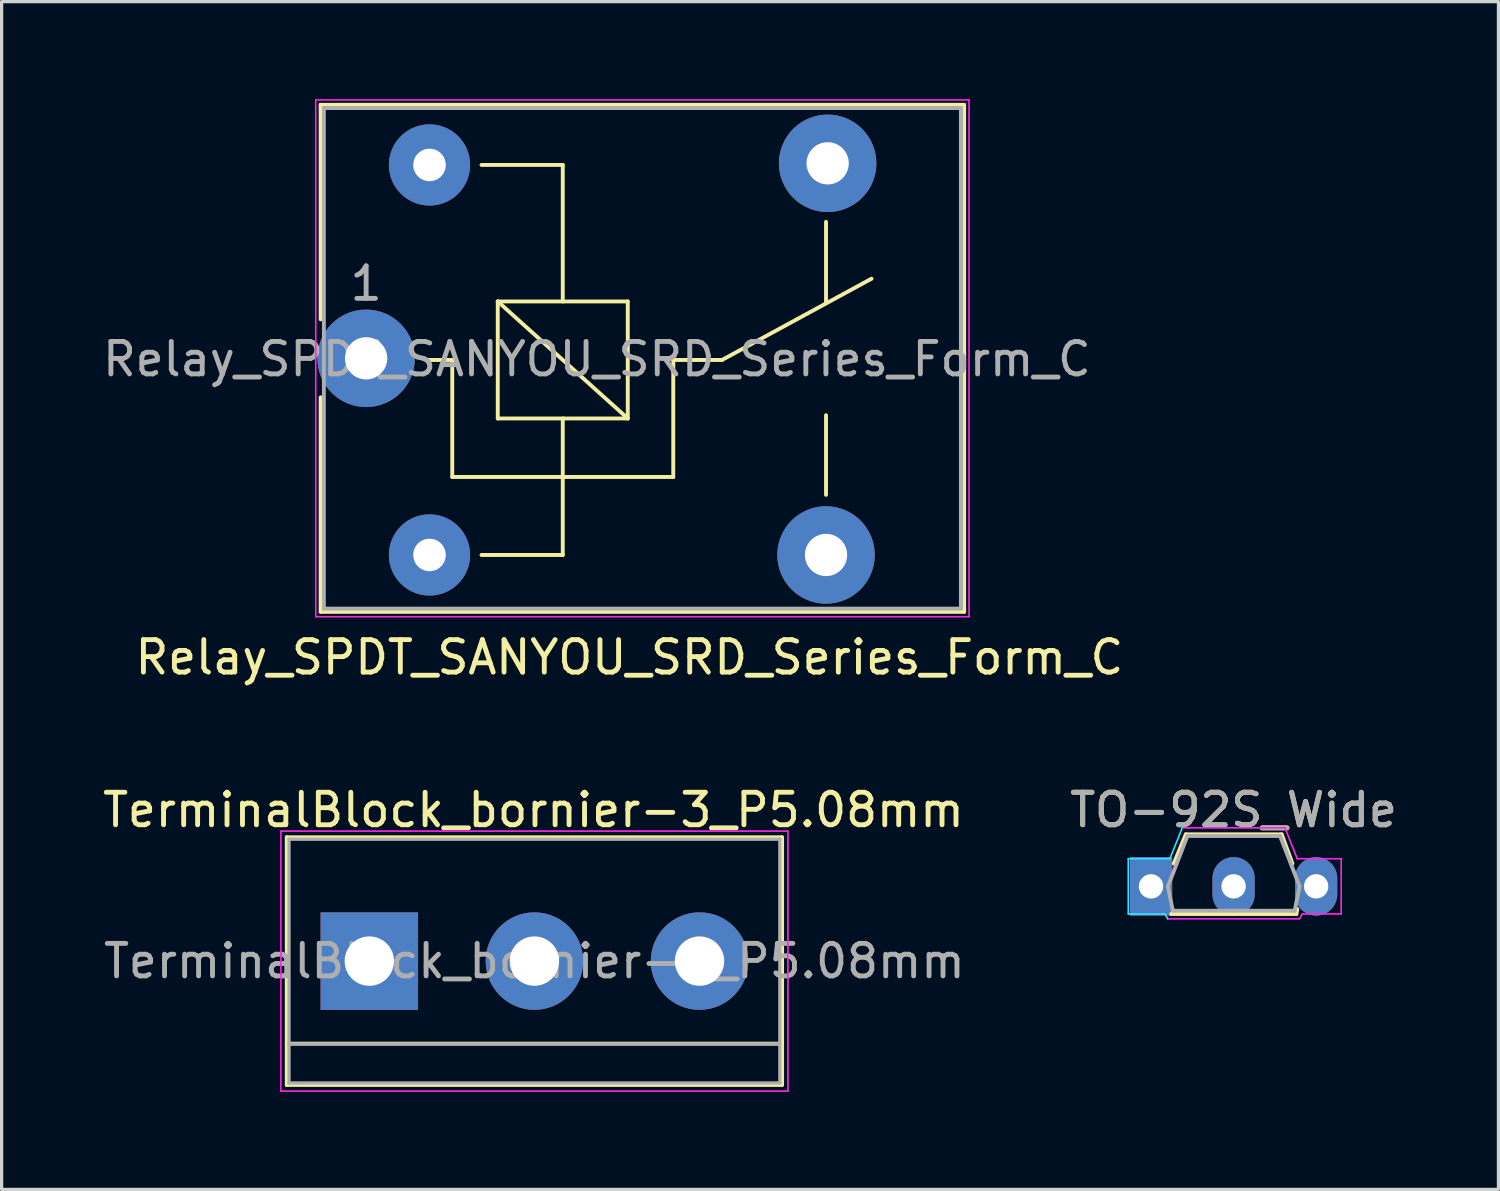
<source format=kicad_pcb>
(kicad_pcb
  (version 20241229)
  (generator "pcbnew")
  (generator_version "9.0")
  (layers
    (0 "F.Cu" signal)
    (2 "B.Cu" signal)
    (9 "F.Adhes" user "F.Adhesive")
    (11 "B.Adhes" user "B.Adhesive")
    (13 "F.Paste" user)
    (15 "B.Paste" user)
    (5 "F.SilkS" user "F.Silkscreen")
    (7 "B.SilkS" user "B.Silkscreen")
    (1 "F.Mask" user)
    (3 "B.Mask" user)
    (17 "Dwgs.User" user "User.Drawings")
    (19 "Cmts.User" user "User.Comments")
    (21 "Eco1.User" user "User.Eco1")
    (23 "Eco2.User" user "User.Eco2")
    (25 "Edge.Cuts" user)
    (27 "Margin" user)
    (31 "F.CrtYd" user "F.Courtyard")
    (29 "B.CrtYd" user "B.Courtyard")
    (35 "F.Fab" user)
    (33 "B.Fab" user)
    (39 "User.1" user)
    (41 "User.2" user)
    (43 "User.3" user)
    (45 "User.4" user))
  (footprint "TerminalBlock_bornier-3_P5.08mm"
    (layer "F.Cu")
    (at 8.313 26.521)
    (property "Reference" "TerminalBlock_bornier-3_P5.08mm" (at 5.05 -4.65 0) (layer "F.SilkS") (effects (font (size 1 1) (thickness 0.15))))
    (attr through_hole)
    (fp_line (start -2.54 -3.81) (end 12.7 -3.81) (stroke (width 0.12) (type solid)) (layer "F.SilkS"))
    (fp_line (start -2.54 2.54) (end 12.7 2.54) (stroke (width 0.12) (type solid)) (layer "F.SilkS"))
    (fp_line (start -2.54 3.81) (end -2.54 -3.81) (stroke (width 0.12) (type solid)) (layer "F.SilkS"))
    (fp_line (start -2.54 3.81) (end 12.7 3.81) (stroke (width 0.12) (type solid)) (layer "F.SilkS"))
    (fp_line (start 12.7 3.81) (end 12.7 -3.81) (stroke (width 0.12) (type solid)) (layer "F.SilkS"))
    (fp_line (start -2.72 -4) (end -2.72 4) (stroke (width 0.05) (type solid)) (layer "F.CrtYd"))
    (fp_line (start -2.72 -4) (end 12.88 -4) (stroke (width 0.05) (type solid)) (layer "F.CrtYd"))
    (fp_line (start 12.88 4) (end -2.72 4) (stroke (width 0.05) (type solid)) (layer "F.CrtYd"))
    (fp_line (start 12.88 4) (end 12.88 -4) (stroke (width 0.05) (type solid)) (layer "F.CrtYd"))
    (fp_line (start -2.47 -3.75) (end 12.63 -3.75) (stroke (width 0.1) (type solid)) (layer "F.Fab"))
    (fp_line (start -2.47 2.55) (end 12.63 2.55) (stroke (width 0.1) (type solid)) (layer "F.Fab"))
    (fp_line (start -2.47 3.75) (end -2.47 -3.75) (stroke (width 0.1) (type solid)) (layer "F.Fab"))
    (fp_line (start 12.63 -3.75) (end 12.63 3.75) (stroke (width 0.1) (type solid)) (layer "F.Fab"))
    (fp_line (start 12.63 3.75) (end -2.47 3.75) (stroke (width 0.1) (type solid)) (layer "F.Fab"))
    (fp_text user "${REFERENCE}" (at 5.08 0 0) (layer "F.Fab") (effects (font (size 1 1) (thickness 0.15))))
    (pad "1" thru_hole rect (at 0 0) (size 3 3) (drill 1.52) (layers "*.Cu" "*.Mask"))
    (pad "2" thru_hole circle (at 5.08 0) (size 3 3) (drill 1.52) (layers "*.Cu" "*.Mask"))
    (pad "3" thru_hole circle (at 10.16 0) (size 3 3) (drill 1.52) (layers "*.Cu" "*.Mask")))
  (footprint "TO-92S_Wide"
    (layer "F.Cu")
    (at 32.365 24.221)
    (property "Reference" "TO-92S_Wide" (at 2.54 -2.35 0) (layer "F.SilkS") (effects (font (size 1 1) (thickness 0.15))))
    (attr through_hole)
    (fp_line (start 0.62 0.85) (end 4.47 0.85) (stroke (width 0.12) (type solid)) (layer "F.SilkS"))
    (fp_line (start 1.07 -1.6) (end 0.7 -0.7) (stroke (width 0.12) (type solid)) (layer "F.SilkS"))
    (fp_line (start 4.02 -1.6) (end 1.07 -1.6) (stroke (width 0.12) (type solid)) (layer "F.SilkS"))
    (fp_line (start 4.35 -0.7) (end 4.02 -1.6) (stroke (width 0.12) (type solid)) (layer "F.SilkS"))
    (fp_line (start 4.47 0.85) (end 4.5 0.7) (stroke (width 0.12) (type solid)) (layer "F.SilkS"))
    (fp_line (start -0.7 -0.85) (end -0.7 0.85) (stroke (width 0.05) (type solid)) (layer "B.CrtYd"))
    (fp_line (start -0.7 0.85) (end 0.43 0.85) (stroke (width 0.05) (type solid)) (layer "B.CrtYd"))
    (fp_line (start 0.51 1) (end 0.43 0.85) (stroke (width 0.05) (type solid)) (layer "B.CrtYd"))
    (fp_line (start 0.58 -0.85) (end -0.7 -0.85) (stroke (width 0.05) (type solid)) (layer "B.CrtYd"))
    (fp_line (start 0.58 -0.85) (end 0.96 -1.8) (stroke (width 0.05) (type solid)) (layer "B.CrtYd"))
    (fp_line (start 0.52 1) (end 4.57 1) (stroke (width 0.05) (type solid)) (layer "F.CrtYd"))
    (fp_line (start 4.12 -1.8) (end 0.97 -1.8) (stroke (width 0.05) (type solid)) (layer "F.CrtYd"))
    (fp_line (start 4.5 -0.85) (end 4.12 -1.8) (stroke (width 0.05) (type solid)) (layer "F.CrtYd"))
    (fp_line (start 4.5 -0.85) (end 5.85 -0.85) (stroke (width 0.05) (type solid)) (layer "F.CrtYd"))
    (fp_line (start 4.57 1) (end 4.65 0.85) (stroke (width 0.05) (type solid)) (layer "F.CrtYd"))
    (fp_line (start 5.85 -0.85) (end 5.85 0.85) (stroke (width 0.05) (type solid)) (layer "F.CrtYd"))
    (fp_line (start 5.85 0.85) (end 4.65 0.85) (stroke (width 0.05) (type solid)) (layer "F.CrtYd"))
    (fp_line (start 0.52 0) (end 1.12 -1.55) (stroke (width 0.12) (type solid)) (layer "F.Fab"))
    (fp_line (start 0.67 0.75) (end 0.52 0) (stroke (width 0.12) (type solid)) (layer "F.Fab"))
    (fp_line (start 0.67 0.75) (end 4.42 0.75) (stroke (width 0.12) (type solid)) (layer "F.Fab"))
    (fp_line (start 1.12 -1.55) (end 3.97 -1.55) (stroke (width 0.12) (type solid)) (layer "F.Fab"))
    (fp_line (start 4.42 0.75) (end 4.57 0) (stroke (width 0.12) (type solid)) (layer "F.Fab"))
    (fp_line (start 4.57 0) (end 3.97 -1.55) (stroke (width 0.12) (type solid)) (layer "F.Fab"))
    (fp_text user "${REFERENCE}" (at 2.54 -2.35 0) (layer "F.Fab") (effects (font (size 1 1) (thickness 0.15))))
    (pad "1" thru_hole rect (at 0 0 180) (size 1.3 1.8) (drill 0.75) (layers "*.Cu" "*.Mask"))
    (pad "2" thru_hole oval (at 2.54 0 180) (size 1.3 1.8) (drill 0.75) (layers "*.Cu" "*.Mask"))
    (pad "3" thru_hole oval (at 5.08 0 180) (size 1.3 1.8) (drill 0.75) (layers "*.Cu" "*.Mask")))
  (footprint "Relay_SPDT_SANYOU_SRD_Series_Form_C"
    (layer "F.Cu")
    (at 8.215 7.975)
    (property "Reference" "Relay_SPDT_SANYOU_SRD_Series_Form_C" (at 8.1 9.2 0) (layer "F.SilkS") (effects (font (size 1 1) (thickness 0.15))))
    (attr through_hole)
    (fp_line (start -1.4 -7.8) (end -1.4 -1.2) (stroke (width 0.12) (type solid)) (layer "F.SilkS"))
    (fp_line (start -1.4 -7.8) (end 18.4 -7.8) (stroke (width 0.12) (type solid)) (layer "F.SilkS"))
    (fp_line (start -1.4 1.2) (end -1.4 7.8) (stroke (width 0.12) (type solid)) (layer "F.SilkS"))
    (fp_line (start 2.65 0.05) (end 1.85 0.05) (stroke (width 0.12) (type solid)) (layer "F.SilkS"))
    (fp_line (start 2.65 0.05) (end 2.65 3.65) (stroke (width 0.12) (type solid)) (layer "F.SilkS"))
    (fp_line (start 3.55 6.05) (end 6.05 6.05) (stroke (width 0.12) (type solid)) (layer "F.SilkS"))
    (fp_line (start 4.05 -1.75) (end 8.05 -1.75) (stroke (width 0.12) (type solid)) (layer "F.SilkS"))
    (fp_line (start 4.05 1.85) (end 4.05 -1.75) (stroke (width 0.12) (type solid)) (layer "F.SilkS"))
    (fp_line (start 6.05 -5.95) (end 3.55 -5.95) (stroke (width 0.12) (type solid)) (layer "F.SilkS"))
    (fp_line (start 6.05 -5.95) (end 6.05 -1.75) (stroke (width 0.12) (type solid)) (layer "F.SilkS"))
    (fp_line (start 6.05 1.85) (end 6.05 6.05) (stroke (width 0.12) (type solid)) (layer "F.SilkS"))
    (fp_line (start 8.05 -1.75) (end 8.05 1.85) (stroke (width 0.12) (type solid)) (layer "F.SilkS"))
    (fp_line (start 8.05 1.85) (end 4.05 -1.75) (stroke (width 0.12) (type solid)) (layer "F.SilkS"))
    (fp_line (start 8.05 1.85) (end 4.05 1.85) (stroke (width 0.12) (type solid)) (layer "F.SilkS"))
    (fp_line (start 9.45 0.05) (end 9.45 3.65) (stroke (width 0.12) (type solid)) (layer "F.SilkS"))
    (fp_line (start 9.45 0.05) (end 10.95 0.05) (stroke (width 0.12) (type solid)) (layer "F.SilkS"))
    (fp_line (start 9.45 3.65) (end 2.65 3.65) (stroke (width 0.12) (type solid)) (layer "F.SilkS"))
    (fp_line (start 10.95 0.05) (end 15.55 -2.45) (stroke (width 0.12) (type solid)) (layer "F.SilkS"))
    (fp_line (start 14.15 -4.2) (end 14.15 -1.7) (stroke (width 0.12) (type solid)) (layer "F.SilkS"))
    (fp_line (start 14.15 4.2) (end 14.15 1.75) (stroke (width 0.12) (type solid)) (layer "F.SilkS"))
    (fp_line (start 18.4 -7.8) (end 18.4 7.8) (stroke (width 0.12) (type solid)) (layer "F.SilkS"))
    (fp_line (start 18.4 7.8) (end -1.4 7.8) (stroke (width 0.12) (type solid)) (layer "F.SilkS"))
    (fp_line (start -1.55 7.95) (end -1.55 -7.95) (stroke (width 0.05) (type solid)) (layer "F.CrtYd"))
    (fp_line (start -1.55 7.95) (end 18.55 7.95) (stroke (width 0.05) (type solid)) (layer "F.CrtYd"))
    (fp_line (start 18.55 -7.95) (end -1.55 -7.95) (stroke (width 0.05) (type solid)) (layer "F.CrtYd"))
    (fp_line (start 18.55 -7.95) (end 18.55 7.95) (stroke (width 0.05) (type solid)) (layer "F.CrtYd"))
    (fp_line (start -1.3 -7.7) (end 18.3 -7.7) (stroke (width 0.12) (type solid)) (layer "F.Fab"))
    (fp_line (start -1.3 7.7) (end -1.3 -7.7) (stroke (width 0.12) (type solid)) (layer "F.Fab"))
    (fp_line (start 18.3 -7.7) (end 18.3 7.7) (stroke (width 0.12) (type solid)) (layer "F.Fab"))
    (fp_line (start 18.3 7.7) (end -1.3 7.7) (stroke (width 0.12) (type solid)) (layer "F.Fab"))
    (fp_text user "${REFERENCE}" (at 7.1 0.025 0) (layer "F.Fab") (effects (font (size 1 1) (thickness 0.15))))
    (fp_text user "1" (at 0 -2.3 0) (layer "F.Fab") (effects (font (size 1 1) (thickness 0.15))))
    (pad "1" thru_hole circle (at 0 0 90) (size 3 3) (drill 1.3) (layers "*.Cu" "*.Mask"))
    (pad "2" thru_hole circle (at 1.95 6.05 90) (size 2.5 2.5) (drill 1) (layers "*.Cu" "*.Mask"))
    (pad "3" thru_hole circle (at 14.15 6.05 90) (size 3 3) (drill 1.3) (layers "*.Cu" "*.Mask"))
    (pad "4" thru_hole circle (at 14.2 -6 90) (size 3 3) (drill 1.3) (layers "*.Cu" "*.Mask"))
    (pad "5" thru_hole circle (at 1.95 -5.95 90) (size 2.5 2.5) (drill 1) (layers "*.Cu" "*.Mask")))
  (gr_rect
    (start -3 -3)
    (end 43.054 33.547)
    (stroke (width 0.1) (type default))
    (fill no)
    (layer "Edge.Cuts")))
</source>
